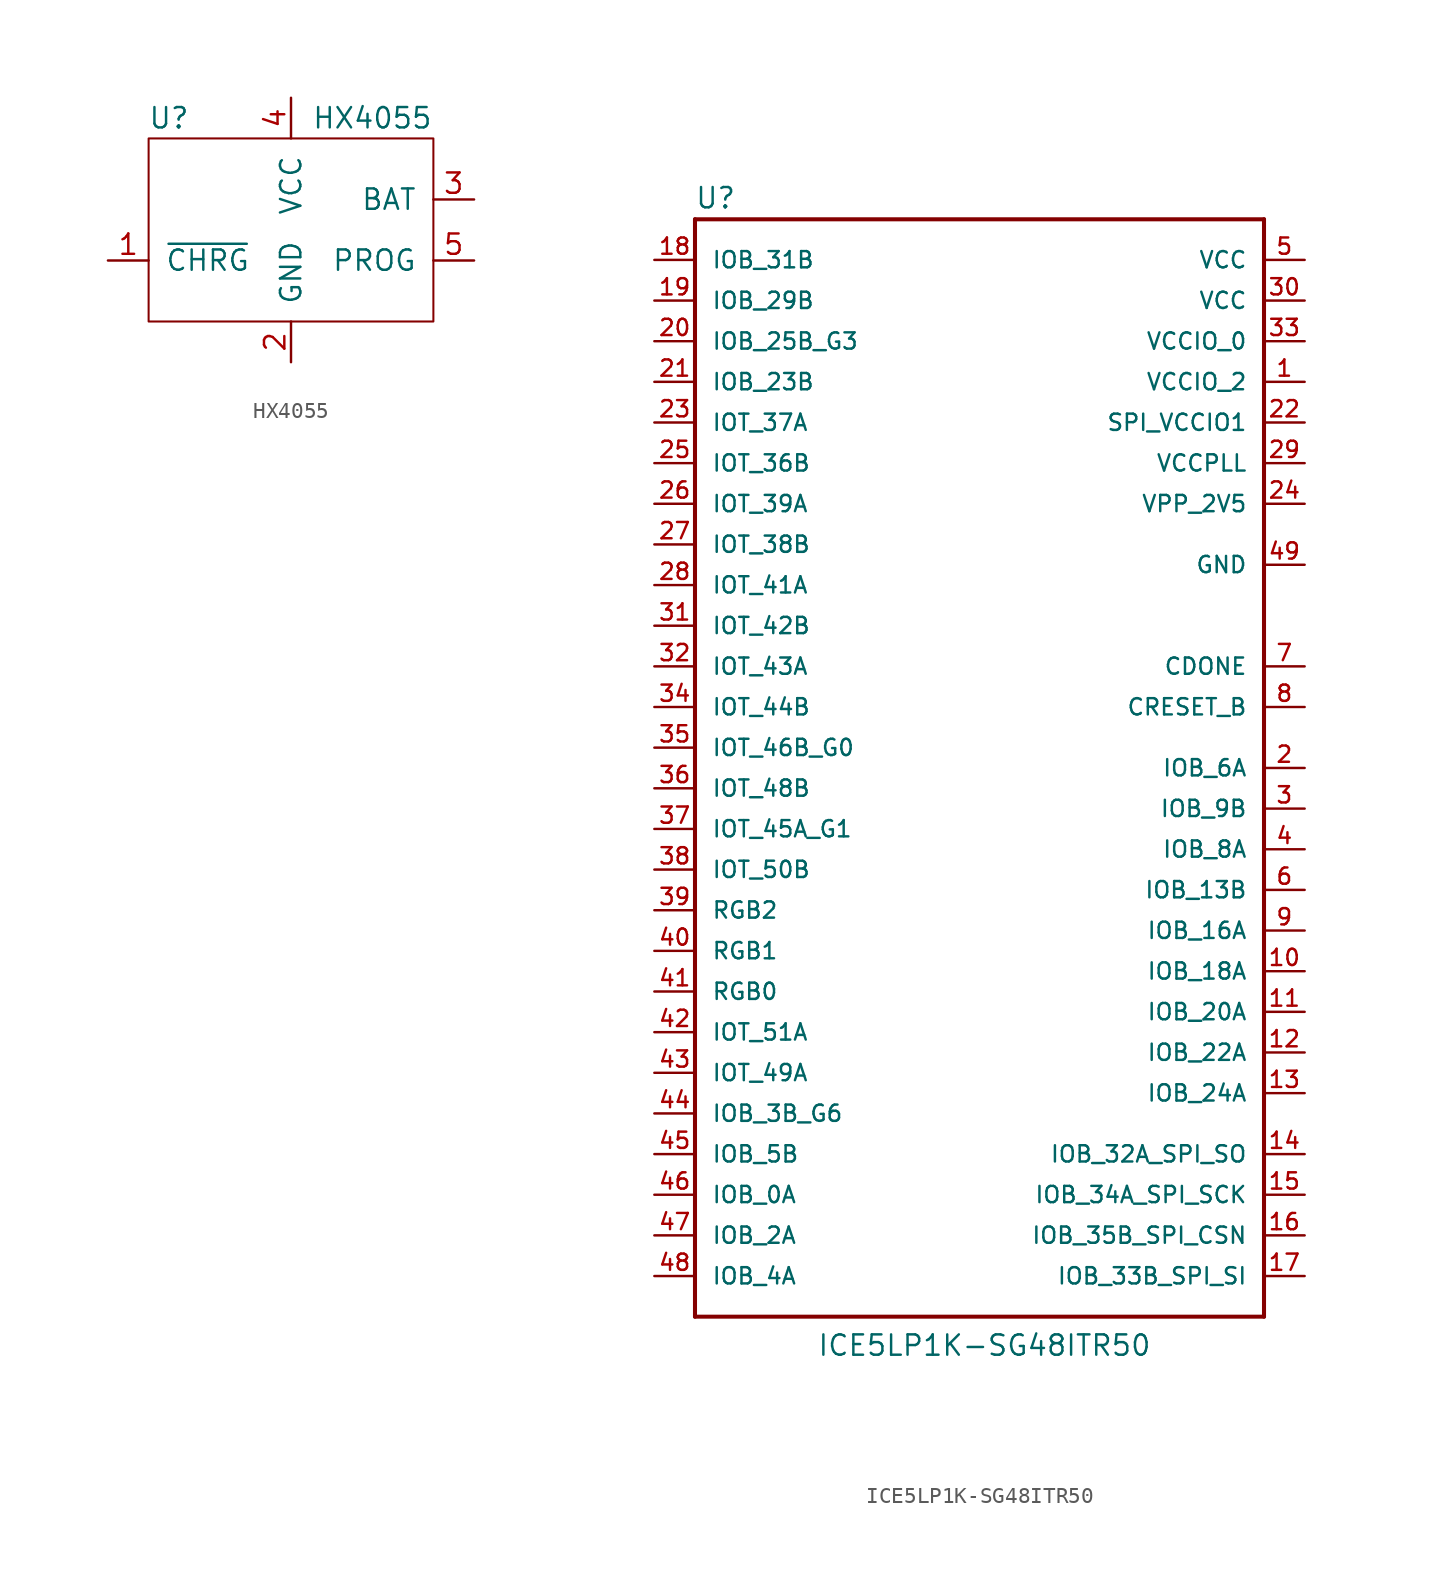
<source format=kicad_sym>
(kicad_symbol_lib
  (version 20220914)
  (generator kicad_symbol_editor)
  (symbol "HX4055"
    (pin_names
      (offset 1.016))
    (property "Reference" "U"
      (at 1.27 1.27 0)
      (effects (font (size 1.27 1.27))))
    (property "Value" "HX4055"
      (at 13.97 1.27 0)
      (effects (font (size 1.27 1.27))))
    (symbol "HX4055_0_1"
      (rectangle (start 0 0) (end 17.78 -11.43) (stroke (width 0.127) (type default)) (fill (type none))))
    (symbol "HX4055_1_1"
      (pin bidirectional line (at -2.54 -7.62 0) (length 2.54) (name "~{CHRG}" (effects (font (size 1.27 1.27)))) (number "1" (effects (font (size 1.27 1.27)))))
      (pin bidirectional line (at 8.89 -13.97 90) (length 2.54) (name "GND" (effects (font (size 1.27 1.27)))) (number "2" (effects (font (size 1.27 1.27)))))
      (pin bidirectional line (at 20.32 -3.81 180) (length 2.54) (name "BAT" (effects (font (size 1.27 1.27)))) (number "3" (effects (font (size 1.27 1.27)))))
      (pin bidirectional line (at 8.89 2.54 270) (length 2.54) (name "VCC" (effects (font (size 1.27 1.27)))) (number "4" (effects (font (size 1.27 1.27)))))
      (pin bidirectional line (at 20.32 -7.62 180) (length 2.54) (name "PROG" (effects (font (size 1.27 1.27)))) (number "5" (effects (font (size 1.27 1.27)))))))
  (symbol "ICE5LP1K-SG48ITR50"
    (pin_names
      (offset 1.016))
    (property "Reference" "U"
      (at -17.805 36.144 0)
      (effects (font (size 1.27 1.27)) (justify left bottom)))
    (property "Value" "ICE5LP1K-SG48ITR50"
      (at -10.16 -35.56 0)
      (effects (font (size 1.27 1.27)) (justify left bottom)))
    (property "ki_locked" ""
      (at 0 0 0)
      (effects (font (size 1.27 1.27))))
    (symbol "ICE5LP1K-SG48ITR50_0_0"
      (polyline (pts (xy -17.78 -33.02) (xy -17.78 35.56)) (stroke (width 0.254) (type default)) (fill (type none)))
      (polyline (pts (xy -17.78 35.56) (xy 17.78 35.56)) (stroke (width 0.254) (type default)) (fill (type none)))
      (polyline (pts (xy 17.78 -33.02) (xy -17.78 -33.02)) (stroke (width 0.254) (type default)) (fill (type none)))
      (polyline (pts (xy 17.78 35.56) (xy 17.78 -33.02)) (stroke (width 0.254) (type default)) (fill (type none)))
      (pin power_in line (at 20.32 25.4 180) (length 2.54) (name "VCCIO_2" (effects (font (size 1.016 1.016)))) (number "1" (effects (font (size 1.016 1.016)))))
      (pin bidirectional line (at 20.32 -11.43 180) (length 2.54) (name "IOB_18A" (effects (font (size 1.016 1.016)))) (number "10" (effects (font (size 1.016 1.016)))))
      (pin bidirectional line (at 20.32 -13.97 180) (length 2.54) (name "IOB_20A" (effects (font (size 1.016 1.016)))) (number "11" (effects (font (size 1.016 1.016)))))
      (pin bidirectional line (at 20.32 -16.51 180) (length 2.54) (name "IOB_22A" (effects (font (size 1.016 1.016)))) (number "12" (effects (font (size 1.016 1.016)))))
      (pin bidirectional line (at 20.32 -19.05 180) (length 2.54) (name "IOB_24A" (effects (font (size 1.016 1.016)))) (number "13" (effects (font (size 1.016 1.016)))))
      (pin bidirectional line (at 20.32 -22.86 180) (length 2.54) (name "IOB_32A_SPI_SO" (effects (font (size 1.016 1.016)))) (number "14" (effects (font (size 1.016 1.016)))))
      (pin bidirectional line (at 20.32 -25.4 180) (length 2.54) (name "IOB_34A_SPI_SCK" (effects (font (size 1.016 1.016)))) (number "15" (effects (font (size 1.016 1.016)))))
      (pin bidirectional line (at 20.32 -27.94 180) (length 2.54) (name "IOB_35B_SPI_CSN" (effects (font (size 1.016 1.016)))) (number "16" (effects (font (size 1.016 1.016)))))
      (pin bidirectional line (at 20.32 -30.48 180) (length 2.54) (name "IOB_33B_SPI_SI" (effects (font (size 1.016 1.016)))) (number "17" (effects (font (size 1.016 1.016)))))
      (pin bidirectional line (at -20.32 33.02 0) (length 2.54) (name "IOB_31B" (effects (font (size 1.016 1.016)))) (number "18" (effects (font (size 1.016 1.016)))))
      (pin bidirectional line (at -20.32 30.48 0) (length 2.54) (name "IOB_29B" (effects (font (size 1.016 1.016)))) (number "19" (effects (font (size 1.016 1.016)))))
      (pin bidirectional line (at 20.32 1.27 180) (length 2.54) (name "IOB_6A" (effects (font (size 1.016 1.016)))) (number "2" (effects (font (size 1.016 1.016)))))
      (pin bidirectional line (at -20.32 27.94 0) (length 2.54) (name "IOB_25B_G3" (effects (font (size 1.016 1.016)))) (number "20" (effects (font (size 1.016 1.016)))))
      (pin bidirectional line (at -20.32 25.4 0) (length 2.54) (name "IOB_23B" (effects (font (size 1.016 1.016)))) (number "21" (effects (font (size 1.016 1.016)))))
      (pin power_in line (at 20.32 22.86 180) (length 2.54) (name "SPI_VCCIO1" (effects (font (size 1.016 1.016)))) (number "22" (effects (font (size 1.016 1.016)))))
      (pin bidirectional line (at -20.32 22.86 0) (length 2.54) (name "IOT_37A" (effects (font (size 1.016 1.016)))) (number "23" (effects (font (size 1.016 1.016)))))
      (pin power_in line (at 20.32 17.78 180) (length 2.54) (name "VPP_2V5" (effects (font (size 1.016 1.016)))) (number "24" (effects (font (size 1.016 1.016)))))
      (pin bidirectional line (at -20.32 20.32 0) (length 2.54) (name "IOT_36B" (effects (font (size 1.016 1.016)))) (number "25" (effects (font (size 1.016 1.016)))))
      (pin bidirectional line (at -20.32 17.78 0) (length 2.54) (name "IOT_39A" (effects (font (size 1.016 1.016)))) (number "26" (effects (font (size 1.016 1.016)))))
      (pin bidirectional line (at -20.32 15.24 0) (length 2.54) (name "IOT_38B" (effects (font (size 1.016 1.016)))) (number "27" (effects (font (size 1.016 1.016)))))
      (pin bidirectional line (at -20.32 12.7 0) (length 2.54) (name "IOT_41A" (effects (font (size 1.016 1.016)))) (number "28" (effects (font (size 1.016 1.016)))))
      (pin power_in line (at 20.32 20.32 180) (length 2.54) (name "VCCPLL" (effects (font (size 1.016 1.016)))) (number "29" (effects (font (size 1.016 1.016)))))
      (pin bidirectional line (at 20.32 -1.27 180) (length 2.54) (name "IOB_9B" (effects (font (size 1.016 1.016)))) (number "3" (effects (font (size 1.016 1.016)))))
      (pin power_in line (at 20.32 30.48 180) (length 2.54) (name "VCC" (effects (font (size 1.016 1.016)))) (number "30" (effects (font (size 1.016 1.016)))))
      (pin power_in line (at 20.32 27.94 180) (length 2.54) (name "VCCIO_0" (effects (font (size 1.016 1.016)))) (number "33" (effects (font (size 1.016 1.016)))))
      (pin bidirectional line (at -20.32 2.54 0) (length 2.54) (name "IOT_46B_G0" (effects (font (size 1.016 1.016)))) (number "35" (effects (font (size 1.016 1.016)))))
      (pin bidirectional line (at -20.32 -2.54 0) (length 2.54) (name "IOT_45A_G1" (effects (font (size 1.016 1.016)))) (number "37" (effects (font (size 1.016 1.016)))))
      (pin bidirectional line (at 20.32 -3.81 180) (length 2.54) (name "IOB_8A" (effects (font (size 1.016 1.016)))) (number "4" (effects (font (size 1.016 1.016)))))
      (pin bidirectional line (at -20.32 -20.32 0) (length 2.54) (name "IOB_3B_G6" (effects (font (size 1.016 1.016)))) (number "44" (effects (font (size 1.016 1.016)))))
      (pin bidirectional line (at -20.32 -22.86 0) (length 2.54) (name "IOB_5B" (effects (font (size 1.016 1.016)))) (number "45" (effects (font (size 1.016 1.016)))))
      (pin bidirectional line (at -20.32 -25.4 0) (length 2.54) (name "IOB_0A" (effects (font (size 1.016 1.016)))) (number "46" (effects (font (size 1.016 1.016)))))
      (pin bidirectional line (at -20.32 -27.94 0) (length 2.54) (name "IOB_2A" (effects (font (size 1.016 1.016)))) (number "47" (effects (font (size 1.016 1.016)))))
      (pin bidirectional line (at -20.32 -30.48 0) (length 2.54) (name "IOB_4A" (effects (font (size 1.016 1.016)))) (number "48" (effects (font (size 1.016 1.016)))))
      (pin power_in line (at 20.32 13.97 180) (length 2.54) (name "GND" (effects (font (size 1.016 1.016)))) (number "49" (effects (font (size 1.016 1.016)))))
      (pin power_in line (at 20.32 33.02 180) (length 2.54) (name "VCC" (effects (font (size 1.016 1.016)))) (number "5" (effects (font (size 1.016 1.016)))))
      (pin bidirectional line (at 20.32 -6.35 180) (length 2.54) (name "IOB_13B" (effects (font (size 1.016 1.016)))) (number "6" (effects (font (size 1.016 1.016)))))
      (pin input line (at 20.32 7.62 180) (length 2.54) (name "CDONE" (effects (font (size 1.016 1.016)))) (number "7" (effects (font (size 1.016 1.016)))))
      (pin input line (at 20.32 5.08 180) (length 2.54) (name "CRESET_B" (effects (font (size 1.016 1.016)))) (number "8" (effects (font (size 1.016 1.016)))))
      (pin bidirectional line (at 20.32 -8.89 180) (length 2.54) (name "IOB_16A" (effects (font (size 1.016 1.016)))) (number "9" (effects (font (size 1.016 1.016))))))
    (symbol "ICE5LP1K-SG48ITR50_1_0"
      (pin bidirectional line (at -20.32 10.16 0) (length 2.54) (name "IOT_42B" (effects (font (size 1.016 1.016)))) (number "31" (effects (font (size 1.016 1.016)))))
      (pin bidirectional line (at -20.32 7.62 0) (length 2.54) (name "IOT_43A" (effects (font (size 1.016 1.016)))) (number "32" (effects (font (size 1.016 1.016)))))
      (pin bidirectional line (at -20.32 5.08 0) (length 2.54) (name "IOT_44B" (effects (font (size 1.016 1.016)))) (number "34" (effects (font (size 1.016 1.016)))))
      (pin bidirectional line (at -20.32 0 0) (length 2.54) (name "IOT_48B" (effects (font (size 1.016 1.016)))) (number "36" (effects (font (size 1.016 1.016)))))
      (pin bidirectional line (at -20.32 -5.08 0) (length 2.54) (name "IOT_50B" (effects (font (size 1.016 1.016)))) (number "38" (effects (font (size 1.016 1.016)))))
      (pin passive line (at -20.32 -7.62 0) (length 2.54) (name "RGB2" (effects (font (size 1.016 1.016)))) (number "39" (effects (font (size 1.016 1.016)))))
      (pin passive line (at -20.32 -10.16 0) (length 2.54) (name "RGB1" (effects (font (size 1.016 1.016)))) (number "40" (effects (font (size 1.016 1.016)))))
      (pin passive line (at -20.32 -12.7 0) (length 2.54) (name "RGB0" (effects (font (size 1.016 1.016)))) (number "41" (effects (font (size 1.016 1.016)))))
      (pin bidirectional line (at -20.32 -15.24 0) (length 2.54) (name "IOT_51A" (effects (font (size 1.016 1.016)))) (number "42" (effects (font (size 1.016 1.016)))))
      (pin bidirectional line (at -20.32 -17.78 0) (length 2.54) (name "IOT_49A" (effects (font (size 1.016 1.016)))) (number "43" (effects (font (size 1.016 1.016))))))))
</source>
